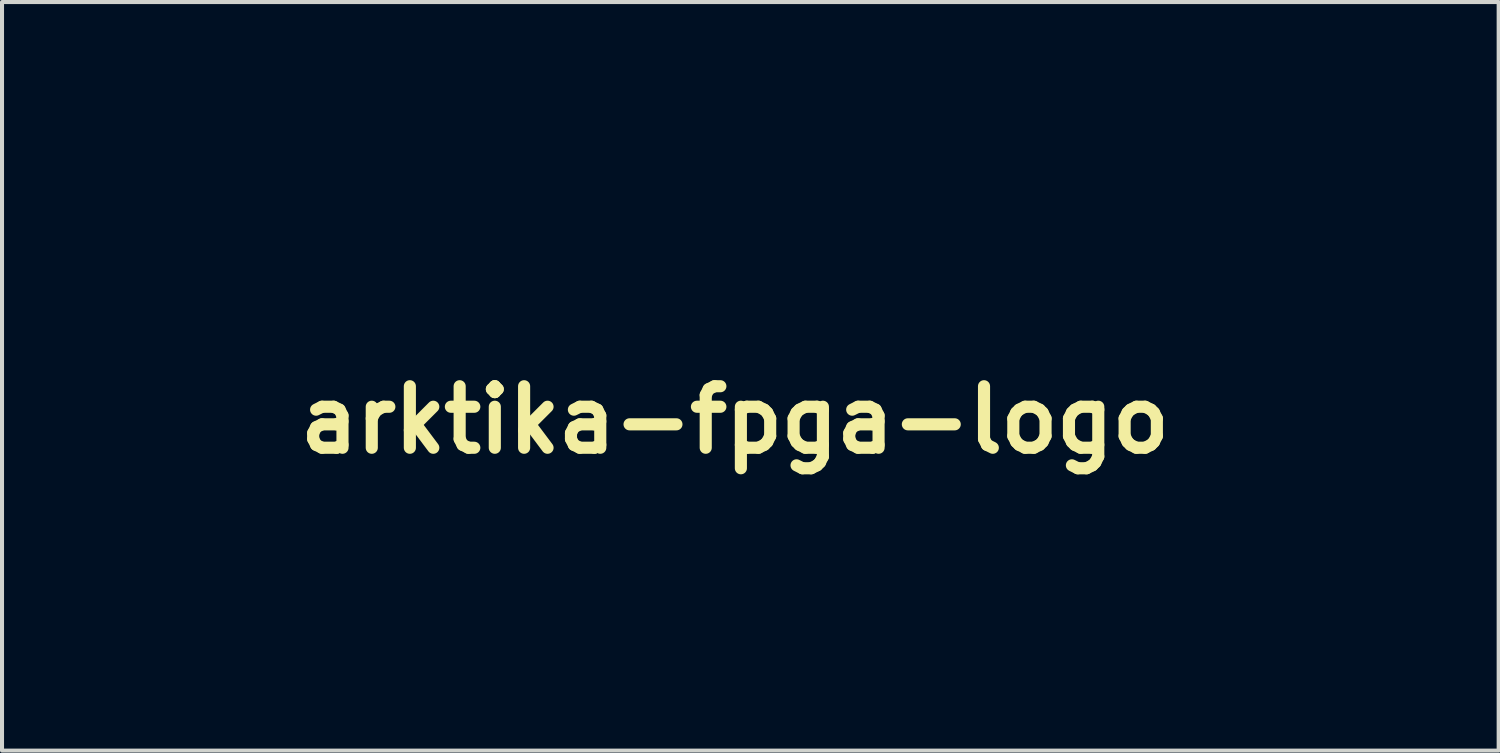
<source format=kicad_pcb>
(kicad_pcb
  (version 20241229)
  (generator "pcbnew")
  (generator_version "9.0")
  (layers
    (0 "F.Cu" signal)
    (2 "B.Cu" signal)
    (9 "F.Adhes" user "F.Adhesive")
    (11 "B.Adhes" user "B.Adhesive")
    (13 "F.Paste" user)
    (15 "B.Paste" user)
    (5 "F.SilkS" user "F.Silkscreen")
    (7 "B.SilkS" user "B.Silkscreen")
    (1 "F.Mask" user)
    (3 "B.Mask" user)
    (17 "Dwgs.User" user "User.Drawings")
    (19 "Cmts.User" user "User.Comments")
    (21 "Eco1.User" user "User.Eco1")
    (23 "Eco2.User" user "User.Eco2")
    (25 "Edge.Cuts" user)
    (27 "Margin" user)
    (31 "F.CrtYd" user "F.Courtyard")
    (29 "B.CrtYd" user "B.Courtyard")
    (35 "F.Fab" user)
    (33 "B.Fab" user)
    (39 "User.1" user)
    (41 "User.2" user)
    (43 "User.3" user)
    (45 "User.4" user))
  (footprint "arktika-fpga-logo"
    (layer "F.Cu")
    (at 15.159 7.353)
    (property "Reference" "arktika-fpga-logo" (at 0 0 0) (layer "F.SilkS") (effects (font (size 1.524 1.524) (thickness 0.3))))
    (attr through_hole)
    (fp_poly (pts (xy 4.922 -5.931) (xy 4.916 -5.896) (xy 4.902 -5.814) (xy 4.881 -5.69) (xy 4.854 -5.527) (xy 4.82 -5.329) (xy 4.782 -5.099) (xy 4.739 -4.843) (xy 4.693 -4.562) (xy 4.643 -4.262) (xy 4.59 -3.946) (xy 4.551 -3.712) (xy 4.497 -3.387) (xy 4.446 -3.076) (xy 4.397 -2.781) (xy 4.351 -2.509) (xy 4.31 -2.261) (xy 4.273 -2.041) (xy 4.242 -1.854) (xy 4.216 -1.704) (xy 4.197 -1.593) (xy 4.186 -1.526) (xy 4.182 -1.506) (xy 4.176 -1.487) (xy 4.165 -1.473) (xy 4.142 -1.463) (xy 4.1 -1.456) (xy 4.032 -1.452) (xy 3.933 -1.45) (xy 3.794 -1.449) (xy 3.648 -1.449) (xy 3.464 -1.45) (xy 3.325 -1.452) (xy 3.228 -1.457) (xy 3.166 -1.463) (xy 3.135 -1.472) (xy 3.129 -1.481) (xy 3.133 -1.51) (xy 3.145 -1.586) (xy 3.165 -1.705) (xy 3.191 -1.863) (xy 3.223 -2.056) (xy 3.26 -2.282) (xy 3.302 -2.536) (xy 3.349 -2.815) (xy 3.399 -3.115) (xy 3.452 -3.433) (xy 3.505 -3.75) (xy 3.879 -5.988) (xy 4.408 -5.995) (xy 4.937 -6.001) (xy 4.922 -5.931)) (stroke (width 0.01) (type solid)) (fill no) (layer "Eco2.User"))
    (fp_poly (pts (xy 1.499 -0.505) (xy 1.652 -0.504) (xy 1.773 -0.502) (xy 1.865 -0.5) (xy 1.933 -0.496) (xy 1.98 -0.492) (xy 2.01 -0.486) (xy 2.026 -0.479) (xy 2.033 -0.471) (xy 2.034 -0.464) (xy 2.03 -0.424) (xy 2.018 -0.344) (xy 2.001 -0.234) (xy 1.98 -0.105) (xy 1.97 -0.051) (xy 1.948 0.081) (xy 1.929 0.194) (xy 1.915 0.28) (xy 1.908 0.329) (xy 1.907 0.337) (xy 1.883 0.341) (xy 1.812 0.345) (xy 1.702 0.348) (xy 1.557 0.351) (xy 1.383 0.354) (xy 1.185 0.355) (xy 0.968 0.356) (xy 0.883 0.356) (xy -0.142 0.356) (xy -0.213 0.795) (xy -0.237 0.943) (xy -0.26 1.078) (xy -0.278 1.191) (xy -0.292 1.27) (xy -0.298 1.303) (xy -0.311 1.373) (xy 1.426 1.373) (xy 1.411 1.456) (xy 1.401 1.511) (xy 1.385 1.605) (xy 1.365 1.724) (xy 1.343 1.857) (xy 1.339 1.881) (xy 1.282 2.225) (xy 0.432 2.237) (xy -0.418 2.25) (xy -0.569 3.146) (xy -0.721 4.043) (xy -1.263 4.043) (xy -1.452 4.042) (xy -1.594 4.04) (xy -1.696 4.036) (xy -1.761 4.029) (xy -1.796 4.021) (xy -1.805 4.011) (xy -1.8 3.982) (xy -1.788 3.906) (xy -1.769 3.787) (xy -1.743 3.629) (xy -1.711 3.436) (xy -1.674 3.21) (xy -1.631 2.956) (xy -1.585 2.677) (xy -1.534 2.377) (xy -1.481 2.059) (xy -1.428 1.742) (xy -1.052 -0.496) (xy 0.491 -0.502) (xy 0.81 -0.504) (xy 1.082 -0.505) (xy 1.31 -0.505) (xy 1.499 -0.505)) (stroke (width 0.01) (type solid)) (fill no) (layer "Eco2.User"))
    (fp_poly (pts (xy 2.798 -5.997) (xy 2.964 -5.996) (xy 3.096 -5.995) (xy 3.199 -5.992) (xy 3.277 -5.989) (xy 3.333 -5.985) (xy 3.37 -5.98) (xy 3.392 -5.974) (xy 3.403 -5.967) (xy 3.407 -5.958) (xy 3.407 -5.956) (xy 3.403 -5.916) (xy 3.391 -5.836) (xy 3.374 -5.726) (xy 3.353 -5.597) (xy 3.343 -5.543) (xy 3.321 -5.411) (xy 3.302 -5.298) (xy 3.288 -5.212) (xy 3.281 -5.163) (xy 3.28 -5.155) (xy 3.256 -5.15) (xy 3.188 -5.144) (xy 3.083 -5.139) (xy 2.949 -5.135) (xy 2.793 -5.131) (xy 2.701 -5.13) (xy 2.123 -5.123) (xy 1.817 -3.293) (xy 1.51 -1.462) (xy 0.982 -1.455) (xy 0.453 -1.448) (xy 0.468 -1.519) (xy 0.474 -1.555) (xy 0.488 -1.635) (xy 0.508 -1.755) (xy 0.535 -1.909) (xy 0.565 -2.093) (xy 0.6 -2.302) (xy 0.639 -2.532) (xy 0.68 -2.776) (xy 0.722 -3.03) (xy 0.765 -3.29) (xy 0.809 -3.551) (xy 0.851 -3.807) (xy 0.892 -4.054) (xy 0.931 -4.287) (xy 0.966 -4.501) (xy 0.998 -4.692) (xy 1.024 -4.853) (xy 1.045 -4.981) (xy 1.06 -5.071) (xy 1.067 -5.117) (xy 1.068 -5.123) (xy 1.044 -5.126) (xy 0.976 -5.13) (xy 0.871 -5.133) (xy 0.738 -5.135) (xy 0.582 -5.136) (xy 0.495 -5.136) (xy -0.079 -5.136) (xy -0.063 -5.219) (xy -0.054 -5.274) (xy -0.038 -5.368) (xy -0.018 -5.487) (xy 0.004 -5.62) (xy 0.008 -5.644) (xy 0.065 -5.988) (xy 1.736 -5.994) (xy 2.069 -5.995) (xy 2.354 -5.996) (xy 2.596 -5.997) (xy 2.798 -5.997)) (stroke (width 0.01) (type solid)) (fill no) (layer "Eco2.User"))
    (fp_poly (pts (xy -10.236 -5.931) (xy -10.229 -5.895) (xy -10.215 -5.813) (xy -10.194 -5.691) (xy -10.167 -5.533) (xy -10.135 -5.344) (xy -10.098 -5.126) (xy -10.058 -4.886) (xy -10.014 -4.627) (xy -9.968 -4.353) (xy -9.92 -4.07) (xy -9.871 -3.781) (xy -9.822 -3.491) (xy -9.774 -3.204) (xy -9.727 -2.924) (xy -9.682 -2.656) (xy -9.64 -2.405) (xy -9.601 -2.174) (xy -9.567 -1.968) (xy -9.537 -1.791) (xy -9.513 -1.649) (xy -9.496 -1.544) (xy -9.486 -1.482) (xy -9.484 -1.465) (xy -9.508 -1.461) (xy -9.576 -1.457) (xy -9.679 -1.455) (xy -9.812 -1.454) (xy -9.965 -1.454) (xy -10.024 -1.455) (xy -10.564 -1.462) (xy -10.62 -1.843) (xy -10.641 -1.987) (xy -10.66 -2.121) (xy -10.677 -2.234) (xy -10.689 -2.314) (xy -10.691 -2.333) (xy -10.707 -2.442) (xy -11.474 -2.435) (xy -12.241 -2.428) (xy -12.455 -1.939) (xy -12.669 -1.449) (xy -13.161 -1.449) (xy -13.313 -1.45) (xy -13.446 -1.451) (xy -13.552 -1.452) (xy -13.624 -1.455) (xy -13.653 -1.457) (xy -13.653 -1.457) (xy -13.643 -1.481) (xy -13.612 -1.547) (xy -13.562 -1.653) (xy -13.494 -1.796) (xy -13.411 -1.972) (xy -13.313 -2.178) (xy -13.202 -2.412) (xy -13.079 -2.67) (xy -12.946 -2.948) (xy -12.816 -3.223) (xy -11.892 -3.223) (xy -11.871 -3.217) (xy -11.806 -3.212) (xy -11.705 -3.208) (xy -11.575 -3.205) (xy -11.423 -3.204) (xy -11.367 -3.204) (xy -11.189 -3.204) (xy -11.055 -3.205) (xy -10.959 -3.207) (xy -10.896 -3.212) (xy -10.857 -3.219) (xy -10.838 -3.229) (xy -10.832 -3.243) (xy -10.831 -3.25) (xy -10.835 -3.286) (xy -10.845 -3.363) (xy -10.86 -3.476) (xy -10.88 -3.616) (xy -10.903 -3.777) (xy -10.929 -3.953) (xy -10.956 -4.135) (xy -10.983 -4.318) (xy -11.009 -4.494) (xy -11.034 -4.655) (xy -11.055 -4.796) (xy -11.073 -4.909) (xy -11.086 -4.987) (xy -11.093 -5.024) (xy -11.094 -5.025) (xy -11.105 -5.005) (xy -11.134 -4.942) (xy -11.18 -4.843) (xy -11.238 -4.712) (xy -11.308 -4.554) (xy -11.387 -4.375) (xy -11.473 -4.179) (xy -11.491 -4.137) (xy -11.578 -3.937) (xy -11.659 -3.752) (xy -11.732 -3.586) (xy -11.794 -3.445) (xy -11.842 -3.334) (xy -11.875 -3.259) (xy -11.891 -3.224) (xy -11.892 -3.223) (xy -12.816 -3.223) (xy -12.805 -3.245) (xy -12.657 -3.557) (xy -12.576 -3.726) (xy -11.498 -5.988) (xy -10.251 -6.001) (xy -10.236 -5.931)) (stroke (width 0.01) (type solid)) (fill no) (layer "Eco2.User"))
    (fp_poly (pts (xy 12.367 -5.931) (xy 12.374 -5.895) (xy 12.388 -5.813) (xy 12.409 -5.691) (xy 12.436 -5.533) (xy 12.468 -5.344) (xy 12.505 -5.126) (xy 12.546 -4.886) (xy 12.589 -4.627) (xy 12.636 -4.353) (xy 12.683 -4.07) (xy 12.732 -3.781) (xy 12.781 -3.491) (xy 12.829 -3.204) (xy 12.876 -2.924) (xy 12.921 -2.656) (xy 12.964 -2.405) (xy 13.002 -2.174) (xy 13.037 -1.968) (xy 13.066 -1.791) (xy 13.09 -1.649) (xy 13.107 -1.544) (xy 13.117 -1.482) (xy 13.12 -1.465) (xy 13.095 -1.461) (xy 13.028 -1.457) (xy 12.924 -1.455) (xy 12.792 -1.454) (xy 12.638 -1.454) (xy 12.579 -1.455) (xy 12.039 -1.462) (xy 11.983 -1.843) (xy 11.962 -1.987) (xy 11.943 -2.121) (xy 11.926 -2.234) (xy 11.915 -2.314) (xy 11.912 -2.333) (xy 11.896 -2.442) (xy 10.362 -2.428) (xy 10.148 -1.939) (xy 9.934 -1.449) (xy 9.442 -1.449) (xy 9.29 -1.45) (xy 9.157 -1.451) (xy 9.051 -1.452) (xy 8.979 -1.455) (xy 8.95 -1.457) (xy 8.95 -1.457) (xy 8.96 -1.481) (xy 8.992 -1.547) (xy 9.042 -1.653) (xy 9.109 -1.796) (xy 9.193 -1.972) (xy 9.291 -2.178) (xy 9.402 -2.412) (xy 9.524 -2.67) (xy 9.657 -2.948) (xy 9.787 -3.223) (xy 10.711 -3.223) (xy 10.732 -3.217) (xy 10.797 -3.212) (xy 10.898 -3.208) (xy 11.028 -3.205) (xy 11.181 -3.204) (xy 11.237 -3.204) (xy 11.415 -3.204) (xy 11.548 -3.205) (xy 11.644 -3.207) (xy 11.708 -3.212) (xy 11.746 -3.219) (xy 11.765 -3.229) (xy 11.772 -3.243) (xy 11.772 -3.25) (xy 11.768 -3.286) (xy 11.758 -3.363) (xy 11.743 -3.476) (xy 11.723 -3.616) (xy 11.7 -3.777) (xy 11.674 -3.953) (xy 11.648 -4.135) (xy 11.62 -4.318) (xy 11.594 -4.494) (xy 11.57 -4.655) (xy 11.548 -4.796) (xy 11.53 -4.909) (xy 11.517 -4.987) (xy 11.51 -5.024) (xy 11.51 -5.025) (xy 11.498 -5.005) (xy 11.469 -4.942) (xy 11.424 -4.843) (xy 11.365 -4.712) (xy 11.295 -4.554) (xy 11.216 -4.375) (xy 11.13 -4.179) (xy 11.112 -4.137) (xy 11.025 -3.937) (xy 10.944 -3.752) (xy 10.871 -3.586) (xy 10.81 -3.445) (xy 10.761 -3.334) (xy 10.728 -3.259) (xy 10.712 -3.224) (xy 10.711 -3.223) (xy 9.787 -3.223) (xy 9.798 -3.245) (xy 9.947 -3.557) (xy 10.027 -3.726) (xy 11.105 -5.988) (xy 11.729 -5.994) (xy 12.353 -6.001) (xy 12.367 -5.931)) (stroke (width 0.01) (type solid)) (fill no) (layer "Eco2.User"))
    (fp_poly (pts (xy 13.41 -0.439) (xy 13.416 -0.403) (xy 13.43 -0.321) (xy 13.451 -0.2) (xy 13.478 -0.042) (xy 13.51 0.148) (xy 13.547 0.366) (xy 13.588 0.606) (xy 13.632 0.865) (xy 13.678 1.138) (xy 13.726 1.422) (xy 13.775 1.711) (xy 13.824 2.001) (xy 13.872 2.288) (xy 13.919 2.568) (xy 13.964 2.836) (xy 14.006 3.087) (xy 14.045 3.318) (xy 14.079 3.524) (xy 14.109 3.7) (xy 14.132 3.843) (xy 14.15 3.948) (xy 14.16 4.01) (xy 14.162 4.026) (xy 14.138 4.031) (xy 14.07 4.035) (xy 13.966 4.037) (xy 13.834 4.038) (xy 13.68 4.037) (xy 13.622 4.037) (xy 13.081 4.03) (xy 13.026 3.649) (xy 13.005 3.505) (xy 12.985 3.371) (xy 12.969 3.258) (xy 12.957 3.178) (xy 12.954 3.159) (xy 12.938 3.05) (xy 12.171 3.057) (xy 11.404 3.064) (xy 11.19 3.553) (xy 10.976 4.043) (xy 10.484 4.043) (xy 10.332 4.042) (xy 10.199 4.041) (xy 10.093 4.04) (xy 10.022 4.037) (xy 9.993 4.035) (xy 9.992 4.035) (xy 10.003 4.011) (xy 10.034 3.945) (xy 10.084 3.839) (xy 10.152 3.696) (xy 10.235 3.52) (xy 10.333 3.314) (xy 10.444 3.08) (xy 10.567 2.822) (xy 10.699 2.543) (xy 10.83 2.269) (xy 11.754 2.269) (xy 11.775 2.275) (xy 11.84 2.28) (xy 11.941 2.284) (xy 12.071 2.287) (xy 12.223 2.288) (xy 12.279 2.288) (xy 12.457 2.288) (xy 12.591 2.287) (xy 12.686 2.284) (xy 12.75 2.28) (xy 12.788 2.273) (xy 12.808 2.263) (xy 12.814 2.249) (xy 12.814 2.242) (xy 12.811 2.206) (xy 12.801 2.129) (xy 12.785 2.016) (xy 12.766 1.876) (xy 12.742 1.714) (xy 12.717 1.539) (xy 12.69 1.356) (xy 12.663 1.174) (xy 12.637 0.998) (xy 12.612 0.837) (xy 12.59 0.696) (xy 12.573 0.583) (xy 12.56 0.504) (xy 12.553 0.468) (xy 12.552 0.466) (xy 12.541 0.487) (xy 12.511 0.55) (xy 12.466 0.649) (xy 12.407 0.78) (xy 12.337 0.937) (xy 12.258 1.117) (xy 12.173 1.313) (xy 12.154 1.355) (xy 12.067 1.555) (xy 11.986 1.74) (xy 11.914 1.906) (xy 11.852 2.047) (xy 11.804 2.157) (xy 11.77 2.233) (xy 11.755 2.268) (xy 11.754 2.269) (xy 10.83 2.269) (xy 10.841 2.247) (xy 10.989 1.935) (xy 11.07 1.765) (xy 12.148 -0.496) (xy 12.771 -0.503) (xy 13.395 -0.509) (xy 13.41 -0.439)) (stroke (width 0.01) (type solid)) (fill no) (layer "Eco2.User"))
    (fp_poly (pts (xy -0.653 -5.574) (xy -0.876 -5.322) (xy -1.067 -5.105) (xy -1.229 -4.922) (xy -1.363 -4.769) (xy -1.472 -4.644) (xy -1.558 -4.545) (xy -1.622 -4.469) (xy -1.668 -4.414) (xy -1.697 -4.378) (xy -1.711 -4.357) (xy -1.713 -4.351) (xy -1.705 -4.324) (xy -1.684 -4.253) (xy -1.651 -4.143) (xy -1.609 -4.001) (xy -1.558 -3.831) (xy -1.5 -3.639) (xy -1.436 -3.429) (xy -1.37 -3.208) (xy -1.301 -2.98) (xy -1.231 -2.75) (xy -1.163 -2.524) (xy -1.097 -2.308) (xy -1.036 -2.105) (xy -0.981 -1.922) (xy -0.933 -1.764) (xy -0.894 -1.636) (xy -0.865 -1.543) (xy -0.849 -1.491) (xy -0.846 -1.481) (xy -0.852 -1.47) (xy -0.885 -1.462) (xy -0.948 -1.456) (xy -1.046 -1.452) (xy -1.186 -1.45) (xy -1.371 -1.449) (xy -1.378 -1.449) (xy -1.923 -1.449) (xy -2.198 -2.46) (xy -2.257 -2.679) (xy -2.313 -2.884) (xy -2.364 -3.069) (xy -2.408 -3.229) (xy -2.444 -3.358) (xy -2.471 -3.452) (xy -2.486 -3.504) (xy -2.489 -3.512) (xy -2.503 -3.514) (xy -2.537 -3.491) (xy -2.592 -3.439) (xy -2.672 -3.356) (xy -2.778 -3.239) (xy -2.914 -3.086) (xy -2.949 -3.046) (xy -3.394 -2.539) (xy -3.484 -2) (xy -3.574 -1.462) (xy -4.075 -1.455) (xy -4.254 -1.453) (xy -4.387 -1.454) (xy -4.481 -1.457) (xy -4.539 -1.462) (xy -4.569 -1.471) (xy -4.575 -1.48) (xy -4.571 -1.51) (xy -4.559 -1.586) (xy -4.539 -1.704) (xy -4.513 -1.863) (xy -4.481 -2.056) (xy -4.444 -2.282) (xy -4.402 -2.536) (xy -4.355 -2.815) (xy -4.305 -3.115) (xy -4.252 -3.433) (xy -4.199 -3.75) (xy -3.825 -5.988) (xy -3.323 -5.995) (xy -3.152 -5.997) (xy -3.024 -5.997) (xy -2.935 -5.996) (xy -2.876 -5.991) (xy -2.843 -5.984) (xy -2.827 -5.973) (xy -2.823 -5.959) (xy -2.823 -5.956) (xy -2.828 -5.922) (xy -2.84 -5.843) (xy -2.859 -5.726) (xy -2.884 -5.575) (xy -2.913 -5.396) (xy -2.947 -5.195) (xy -2.984 -4.978) (xy -2.997 -4.901) (xy -3.034 -4.681) (xy -3.068 -4.478) (xy -3.099 -4.297) (xy -3.124 -4.142) (xy -3.144 -4.02) (xy -3.157 -3.935) (xy -3.163 -3.894) (xy -3.163 -3.89) (xy -3.146 -3.909) (xy -3.104 -3.959) (xy -3.045 -4.031) (xy -3 -4.087) (xy -2.95 -4.148) (xy -2.871 -4.243) (xy -2.767 -4.366) (xy -2.643 -4.512) (xy -2.503 -4.675) (xy -2.352 -4.852) (xy -2.193 -5.036) (xy -2.102 -5.142) (xy -1.36 -6) (xy -0.818 -6) (xy -0.277 -6) (xy -0.653 -5.574)) (stroke (width 0.01) (type solid)) (fill no) (layer "Eco2.User"))
    (fp_poly (pts (xy 9.008 -5.574) (xy 8.786 -5.322) (xy 8.594 -5.105) (xy 8.433 -4.922) (xy 8.299 -4.769) (xy 8.19 -4.644) (xy 8.104 -4.545) (xy 8.04 -4.469) (xy 7.994 -4.414) (xy 7.965 -4.378) (xy 7.951 -4.357) (xy 7.949 -4.351) (xy 7.957 -4.324) (xy 7.978 -4.253) (xy 8.01 -4.143) (xy 8.053 -4.001) (xy 8.104 -3.831) (xy 8.162 -3.639) (xy 8.225 -3.429) (xy 8.292 -3.208) (xy 8.361 -2.98) (xy 8.43 -2.75) (xy 8.499 -2.524) (xy 8.564 -2.308) (xy 8.626 -2.105) (xy 8.681 -1.922) (xy 8.729 -1.764) (xy 8.768 -1.636) (xy 8.797 -1.543) (xy 8.813 -1.491) (xy 8.816 -1.481) (xy 8.809 -1.47) (xy 8.777 -1.462) (xy 8.714 -1.456) (xy 8.615 -1.452) (xy 8.476 -1.45) (xy 8.291 -1.449) (xy 8.284 -1.449) (xy 7.739 -1.449) (xy 7.464 -2.46) (xy 7.404 -2.679) (xy 7.348 -2.884) (xy 7.297 -3.069) (xy 7.253 -3.229) (xy 7.217 -3.358) (xy 7.191 -3.452) (xy 7.176 -3.504) (xy 7.173 -3.512) (xy 7.159 -3.514) (xy 7.125 -3.491) (xy 7.069 -3.439) (xy 6.99 -3.356) (xy 6.883 -3.239) (xy 6.748 -3.086) (xy 6.712 -3.046) (xy 6.267 -2.539) (xy 6.178 -2) (xy 6.088 -1.462) (xy 5.587 -1.455) (xy 5.408 -1.453) (xy 5.274 -1.454) (xy 5.181 -1.457) (xy 5.122 -1.462) (xy 5.093 -1.471) (xy 5.087 -1.48) (xy 5.091 -1.51) (xy 5.103 -1.586) (xy 5.123 -1.704) (xy 5.149 -1.863) (xy 5.18 -2.056) (xy 5.218 -2.282) (xy 5.26 -2.536) (xy 5.307 -2.815) (xy 5.357 -3.115) (xy 5.41 -3.433) (xy 5.463 -3.75) (xy 5.837 -5.988) (xy 6.338 -5.995) (xy 6.51 -5.997) (xy 6.637 -5.997) (xy 6.727 -5.996) (xy 6.785 -5.991) (xy 6.819 -5.984) (xy 6.834 -5.973) (xy 6.838 -5.959) (xy 6.838 -5.956) (xy 6.834 -5.922) (xy 6.822 -5.843) (xy 6.803 -5.726) (xy 6.778 -5.575) (xy 6.748 -5.396) (xy 6.715 -5.195) (xy 6.678 -4.978) (xy 6.665 -4.901) (xy 6.627 -4.681) (xy 6.593 -4.478) (xy 6.563 -4.297) (xy 6.537 -4.142) (xy 6.518 -4.02) (xy 6.504 -3.935) (xy 6.498 -3.894) (xy 6.498 -3.89) (xy 6.516 -3.909) (xy 6.557 -3.959) (xy 6.617 -4.031) (xy 6.661 -4.087) (xy 6.712 -4.148) (xy 6.791 -4.243) (xy 6.895 -4.366) (xy 7.019 -4.512) (xy 7.159 -4.675) (xy 7.31 -4.852) (xy 7.469 -5.036) (xy 7.56 -5.142) (xy 8.301 -6) (xy 8.843 -6) (xy 9.385 -6) (xy 9.008 -5.574)) (stroke (width 0.01) (type solid)) (fill no) (layer "Eco2.User"))
    (fp_poly (pts (xy 3.681 -0.502) (xy 3.972 -0.498) (xy 4.218 -0.494) (xy 4.423 -0.49) (xy 4.592 -0.483) (xy 4.732 -0.475) (xy 4.846 -0.464) (xy 4.94 -0.449) (xy 5.019 -0.432) (xy 5.089 -0.41) (xy 5.154 -0.383) (xy 5.22 -0.352) (xy 5.228 -0.347) (xy 5.42 -0.222) (xy 5.586 -0.056) (xy 5.721 0.144) (xy 5.803 0.324) (xy 5.827 0.398) (xy 5.842 0.474) (xy 5.852 0.565) (xy 5.856 0.685) (xy 5.857 0.801) (xy 5.856 0.947) (xy 5.851 1.057) (xy 5.841 1.145) (xy 5.823 1.228) (xy 5.795 1.319) (xy 5.789 1.337) (xy 5.683 1.589) (xy 5.541 1.805) (xy 5.362 1.986) (xy 5.145 2.136) (xy 5.05 2.186) (xy 4.959 2.228) (xy 4.869 2.261) (xy 4.774 2.287) (xy 4.666 2.307) (xy 4.539 2.321) (xy 4.386 2.331) (xy 4.2 2.336) (xy 3.974 2.339) (xy 3.805 2.339) (xy 3.164 2.339) (xy 3.029 3.146) (xy 2.996 3.344) (xy 2.965 3.528) (xy 2.937 3.69) (xy 2.914 3.824) (xy 2.896 3.924) (xy 2.885 3.985) (xy 2.882 3.998) (xy 2.874 4.013) (xy 2.855 4.024) (xy 2.819 4.032) (xy 2.758 4.038) (xy 2.667 4.041) (xy 2.539 4.042) (xy 2.367 4.043) (xy 2.35 4.043) (xy 2.194 4.042) (xy 2.056 4.04) (xy 1.945 4.036) (xy 1.868 4.032) (xy 1.832 4.027) (xy 1.831 4.026) (xy 1.835 3.999) (xy 1.847 3.925) (xy 1.865 3.81) (xy 1.89 3.659) (xy 1.921 3.474) (xy 1.956 3.261) (xy 1.996 3.025) (xy 2.039 2.768) (xy 2.084 2.497) (xy 2.131 2.215) (xy 2.18 1.926) (xy 2.229 1.635) (xy 2.238 1.581) (xy 3.305 1.581) (xy 3.833 1.571) (xy 4.02 1.568) (xy 4.163 1.563) (xy 4.27 1.556) (xy 4.35 1.547) (xy 4.408 1.536) (xy 4.454 1.521) (xy 4.462 1.517) (xy 4.605 1.43) (xy 4.717 1.314) (xy 4.797 1.177) (xy 4.842 1.027) (xy 4.852 0.874) (xy 4.824 0.725) (xy 4.757 0.588) (xy 4.678 0.498) (xy 4.614 0.447) (xy 4.546 0.408) (xy 4.467 0.38) (xy 4.367 0.361) (xy 4.24 0.35) (xy 4.075 0.345) (xy 3.929 0.344) (xy 3.498 0.343) (xy 3.403 0.903) (xy 3.375 1.068) (xy 3.351 1.22) (xy 3.33 1.35) (xy 3.316 1.449) (xy 3.308 1.509) (xy 3.307 1.521) (xy 3.305 1.581) (xy 2.238 1.581) (xy 2.277 1.346) (xy 2.324 1.064) (xy 2.37 0.793) (xy 2.413 0.538) (xy 2.453 0.302) (xy 2.489 0.09) (xy 2.52 -0.093) (xy 2.545 -0.244) (xy 2.565 -0.357) (xy 2.577 -0.428) (xy 2.582 -0.453) (xy 2.595 -0.513) (xy 3.681 -0.502)) (stroke (width 0.01) (type solid)) (fill no) (layer "Eco2.User"))
    (fp_poly (pts (xy -7.194 -5.987) (xy -6.919 -5.986) (xy -6.689 -5.985) (xy -6.5 -5.983) (xy -6.346 -5.981) (xy -6.222 -5.977) (xy -6.123 -5.972) (xy -6.044 -5.966) (xy -5.979 -5.957) (xy -5.924 -5.948) (xy -5.901 -5.943) (xy -5.646 -5.864) (xy -5.429 -5.752) (xy -5.249 -5.605) (xy -5.104 -5.424) (xy -5.041 -5.313) (xy -4.939 -5.06) (xy -4.888 -4.81) (xy -4.888 -4.561) (xy -4.938 -4.313) (xy -5.021 -4.099) (xy -5.148 -3.888) (xy -5.313 -3.709) (xy -5.509 -3.567) (xy -5.733 -3.466) (xy -5.759 -3.458) (xy -5.827 -3.434) (xy -5.872 -3.415) (xy -5.879 -3.41) (xy -5.875 -3.384) (xy -5.859 -3.315) (xy -5.832 -3.21) (xy -5.797 -3.076) (xy -5.754 -2.917) (xy -5.706 -2.741) (xy -5.655 -2.553) (xy -5.601 -2.361) (xy -5.547 -2.17) (xy -5.495 -1.987) (xy -5.447 -1.817) (xy -5.403 -1.668) (xy -5.366 -1.545) (xy -5.35 -1.494) (xy -5.348 -1.479) (xy -5.358 -1.468) (xy -5.386 -1.46) (xy -5.438 -1.455) (xy -5.519 -1.451) (xy -5.637 -1.45) (xy -5.797 -1.449) (xy -5.871 -1.449) (xy -6.049 -1.449) (xy -6.182 -1.45) (xy -6.278 -1.452) (xy -6.343 -1.457) (xy -6.383 -1.464) (xy -6.405 -1.474) (xy -6.415 -1.489) (xy -6.421 -1.506) (xy -6.43 -1.544) (xy -6.452 -1.625) (xy -6.483 -1.742) (xy -6.522 -1.89) (xy -6.568 -2.063) (xy -6.619 -2.254) (xy -6.658 -2.403) (xy -6.881 -3.242) (xy -7.303 -3.249) (xy -7.725 -3.256) (xy -7.739 -3.185) (xy -7.747 -3.143) (xy -7.762 -3.057) (xy -7.783 -2.935) (xy -7.808 -2.783) (xy -7.838 -2.609) (xy -7.87 -2.418) (xy -7.883 -2.339) (xy -7.916 -2.144) (xy -7.946 -1.964) (xy -7.973 -1.804) (xy -7.996 -1.672) (xy -8.013 -1.574) (xy -8.024 -1.517) (xy -8.026 -1.506) (xy -8.032 -1.487) (xy -8.044 -1.473) (xy -8.067 -1.462) (xy -8.111 -1.456) (xy -8.179 -1.452) (xy -8.281 -1.45) (xy -8.422 -1.449) (xy -8.546 -1.449) (xy -8.727 -1.45) (xy -8.862 -1.452) (xy -8.957 -1.457) (xy -9.017 -1.464) (xy -9.045 -1.473) (xy -9.05 -1.481) (xy -9.046 -1.51) (xy -9.033 -1.586) (xy -9.014 -1.705) (xy -8.988 -1.863) (xy -8.956 -2.056) (xy -8.919 -2.282) (xy -8.876 -2.536) (xy -8.83 -2.815) (xy -8.78 -3.115) (xy -8.727 -3.433) (xy -8.674 -3.75) (xy -8.63 -4.012) (xy -7.62 -4.012) (xy -7.045 -4.023) (xy -6.845 -4.028) (xy -6.688 -4.034) (xy -6.568 -4.041) (xy -6.478 -4.05) (xy -6.412 -4.061) (xy -6.361 -4.076) (xy -6.358 -4.077) (xy -6.207 -4.153) (xy -6.094 -4.256) (xy -6.016 -4.377) (xy -5.961 -4.535) (xy -5.947 -4.697) (xy -5.972 -4.852) (xy -6.035 -4.99) (xy -6.084 -5.052) (xy -6.139 -5.104) (xy -6.199 -5.144) (xy -6.271 -5.174) (xy -6.363 -5.196) (xy -6.482 -5.212) (xy -6.636 -5.223) (xy -6.83 -5.23) (xy -6.905 -5.231) (xy -7.415 -5.243) (xy -7.518 -4.627) (xy -7.62 -4.012) (xy -8.63 -4.012) (xy -8.299 -5.988) (xy -7.194 -5.987)) (stroke (width 0.01) (type solid)) (fill no) (layer "Eco2.User"))
    (fp_poly (pts (xy 8.471 -0.572) (xy 8.656 -0.558) (xy 8.811 -0.533) (xy 8.848 -0.524) (xy 9.125 -0.423) (xy 9.369 -0.284) (xy 9.579 -0.107) (xy 9.755 0.108) (xy 9.895 0.357) (xy 9.999 0.642) (xy 10.014 0.698) (xy 10.038 0.792) (xy 10.054 0.864) (xy 10.061 0.902) (xy 10.061 0.905) (xy 10.035 0.91) (xy 9.968 0.922) (xy 9.867 0.939) (xy 9.741 0.96) (xy 9.636 0.977) (xy 9.491 1.001) (xy 9.359 1.023) (xy 9.251 1.041) (xy 9.176 1.053) (xy 9.15 1.058) (xy 9.11 1.061) (xy 9.086 1.046) (xy 9.067 1) (xy 9.05 0.936) (xy 8.994 0.75) (xy 8.921 0.6) (xy 8.832 0.483) (xy 8.728 0.382) (xy 8.622 0.317) (xy 8.5 0.28) (xy 8.347 0.268) (xy 8.314 0.267) (xy 8.111 0.285) (xy 7.936 0.34) (xy 7.779 0.438) (xy 7.67 0.54) (xy 7.551 0.695) (xy 7.443 0.89) (xy 7.349 1.114) (xy 7.271 1.359) (xy 7.21 1.615) (xy 7.169 1.873) (xy 7.148 2.124) (xy 7.152 2.359) (xy 7.18 2.568) (xy 7.221 2.707) (xy 7.296 2.853) (xy 7.399 2.984) (xy 7.518 3.088) (xy 7.624 3.145) (xy 7.714 3.171) (xy 7.828 3.186) (xy 7.978 3.191) (xy 7.996 3.191) (xy 8.119 3.189) (xy 8.206 3.183) (xy 8.272 3.17) (xy 8.334 3.146) (xy 8.379 3.123) (xy 8.539 3.01) (xy 8.675 2.856) (xy 8.775 2.679) (xy 8.813 2.597) (xy 8.837 2.536) (xy 8.842 2.493) (xy 8.824 2.466) (xy 8.776 2.45) (xy 8.693 2.443) (xy 8.571 2.441) (xy 8.404 2.441) (xy 8.387 2.441) (xy 7.926 2.441) (xy 7.94 2.371) (xy 7.949 2.321) (xy 7.964 2.232) (xy 7.983 2.115) (xy 8.005 1.984) (xy 8.01 1.951) (xy 8.068 1.602) (xy 9.03 1.602) (xy 9.245 1.602) (xy 9.444 1.604) (xy 9.62 1.606) (xy 9.769 1.609) (xy 9.884 1.612) (xy 9.96 1.616) (xy 9.991 1.62) (xy 9.992 1.621) (xy 9.987 1.649) (xy 9.975 1.722) (xy 9.956 1.836) (xy 9.93 1.985) (xy 9.899 2.164) (xy 9.864 2.368) (xy 9.824 2.593) (xy 9.782 2.834) (xy 9.78 2.848) (xy 9.569 4.055) (xy 9.353 4.063) (xy 9.137 4.07) (xy 9.092 3.821) (xy 9.071 3.709) (xy 9.053 3.611) (xy 9.039 3.542) (xy 9.035 3.52) (xy 9.025 3.5) (xy 9.005 3.501) (xy 8.967 3.527) (xy 8.906 3.583) (xy 8.85 3.638) (xy 8.643 3.806) (xy 8.409 3.934) (xy 8.153 4.02) (xy 7.882 4.064) (xy 7.6 4.062) (xy 7.373 4.029) (xy 7.115 3.948) (xy 6.875 3.822) (xy 6.658 3.657) (xy 6.468 3.456) (xy 6.31 3.225) (xy 6.19 2.967) (xy 6.157 2.869) (xy 6.094 2.59) (xy 6.063 2.285) (xy 6.065 1.962) (xy 6.096 1.634) (xy 6.158 1.31) (xy 6.248 1.002) (xy 6.365 0.719) (xy 6.374 0.702) (xy 6.555 0.39) (xy 6.764 0.118) (xy 6.998 -0.112) (xy 7.257 -0.299) (xy 7.539 -0.442) (xy 7.747 -0.514) (xy 7.894 -0.545) (xy 8.075 -0.565) (xy 8.272 -0.574) (xy 8.471 -0.572)) (stroke (width 0.01) (type solid)) (fill no) (layer "Eco2.User"))
    (fp_poly (pts (xy -4.208 -7.348) (xy -3.363 -7.348) (xy -2.473 -7.348) (xy -1.535 -7.348) (xy -0.549 -7.348) (xy 0.397 -7.348) (xy 1.42 -7.348) (xy 2.395 -7.348) (xy 3.32 -7.348) (xy 4.199 -7.348) (xy 5.032 -7.348) (xy 5.82 -7.348) (xy 6.565 -7.348) (xy 7.267 -7.348) (xy 7.929 -7.347) (xy 8.551 -7.347) (xy 9.135 -7.347) (xy 9.682 -7.347) (xy 10.192 -7.346) (xy 10.668 -7.346) (xy 11.111 -7.345) (xy 11.522 -7.345) (xy 11.901 -7.344) (xy 12.251 -7.343) (xy 12.573 -7.343) (xy 12.867 -7.342) (xy 13.136 -7.341) (xy 13.38 -7.34) (xy 13.6 -7.339) (xy 13.798 -7.338) (xy 13.975 -7.336) (xy 14.133 -7.335) (xy 14.272 -7.333) (xy 14.394 -7.332) (xy 14.5 -7.33) (xy 14.591 -7.328) (xy 14.669 -7.326) (xy 14.735 -7.324) (xy 14.789 -7.321) (xy 14.834 -7.319) (xy 14.871 -7.316) (xy 14.9 -7.313) (xy 14.923 -7.311) (xy 14.942 -7.307) (xy 14.957 -7.304) (xy 14.97 -7.301) (xy 14.979 -7.298) (xy 15.121 -7.244) (xy 15.27 -7.168) (xy 15.409 -7.083) (xy 15.517 -6.998) (xy 15.519 -6.997) (xy 15.599 -6.907) (xy 15.686 -6.788) (xy 15.769 -6.656) (xy 15.835 -6.529) (xy 15.846 -6.505) (xy 15.904 -6.369) (xy 15.91 -1.144) (xy 15.911 -0.538) (xy 15.912 0.02) (xy 15.912 0.531) (xy 15.913 0.998) (xy 15.913 1.422) (xy 15.913 1.806) (xy 15.913 2.152) (xy 15.913 2.461) (xy 15.913 2.737) (xy 15.912 2.981) (xy 15.911 3.195) (xy 15.91 3.382) (xy 15.909 3.543) (xy 15.907 3.681) (xy 15.905 3.797) (xy 15.902 3.895) (xy 15.9 3.975) (xy 15.897 4.04) (xy 15.893 4.093) (xy 15.889 4.135) (xy 15.885 4.168) (xy 15.88 4.195) (xy 15.875 4.218) (xy 15.869 4.238) (xy 15.867 4.247) (xy 15.774 4.468) (xy 15.64 4.67) (xy 15.471 4.846) (xy 15.275 4.991) (xy 15.058 5.097) (xy 14.827 5.16) (xy 14.823 5.16) (xy 14.782 5.163) (xy 14.692 5.165) (xy 14.553 5.168) (xy 14.366 5.17) (xy 14.13 5.172) (xy 13.846 5.174) (xy 13.512 5.176) (xy 13.129 5.178) (xy 12.697 5.179) (xy 12.215 5.181) (xy 11.683 5.182) (xy 11.102 5.183) (xy 10.471 5.184) (xy 9.79 5.185) (xy 9.059 5.185) (xy 8.278 5.186) (xy 7.446 5.186) (xy 6.564 5.186) (xy 5.631 5.187) (xy 5.448 5.187) (xy -3.762 5.187) (xy -3.769 2.752) (xy -3.776 0.318) (xy -3.856 0.148) (xy -3.979 -0.058) (xy -4.133 -0.224) (xy -4.321 -0.352) (xy -4.476 -0.421) (xy -4.493 -0.426) (xy -4.516 -0.431) (xy -4.547 -0.436) (xy -4.586 -0.44) (xy -4.637 -0.444) (xy -4.701 -0.448) (xy -4.779 -0.451) (xy -4.874 -0.454) (xy -4.988 -0.457) (xy -5.121 -0.459) (xy -5.276 -0.462) (xy -5.456 -0.464) (xy -5.66 -0.466) (xy -5.892 -0.467) (xy -6.154 -0.469) (xy -6.446 -0.47) (xy -6.771 -0.472) (xy -7.131 -0.473) (xy -7.527 -0.474) (xy -7.962 -0.475) (xy -8.437 -0.476) (xy -8.953 -0.476) (xy -9.514 -0.477) (xy -10.12 -0.478) (xy -10.773 -0.479) (xy -11.422 -0.479) (xy -15.154 -0.483) (xy -15.154 -0.826) (xy -14.798 -0.826) (xy -9.707 -0.826) (xy -9.107 -0.826) (xy -8.555 -0.826) (xy -8.05 -0.826) (xy -7.59 -0.826) (xy -7.172 -0.826) (xy -6.794 -0.825) (xy -6.454 -0.825) (xy -6.151 -0.824) (xy -5.88 -0.823) (xy -5.642 -0.822) (xy -5.433 -0.82) (xy -5.252 -0.819) (xy -5.095 -0.817) (xy -4.962 -0.815) (xy -4.85 -0.813) (xy -4.757 -0.81) (xy -4.68 -0.807) (xy -4.618 -0.804) (xy -4.568 -0.8) (xy -4.529 -0.796) (xy -4.498 -0.791) (xy -4.473 -0.787) (xy -4.452 -0.781) (xy -4.2 -0.686) (xy -3.974 -0.549) (xy -3.78 -0.374) (xy -3.62 -0.164) (xy -3.498 0.077) (xy -3.479 0.127) (xy -3.42 0.292) (xy -3.405 4.831) (xy 14.837 4.818) (xy 15.006 4.735) (xy 15.167 4.633) (xy 15.315 4.499) (xy 15.437 4.346) (xy 15.514 4.202) (xy 15.573 4.055) (xy 15.581 -0.992) (xy 15.582 -1.64) (xy 15.582 -2.238) (xy 15.583 -2.789) (xy 15.583 -3.293) (xy 15.582 -3.751) (xy 15.582 -4.165) (xy 15.581 -4.537) (xy 15.58 -4.867) (xy 15.579 -5.157) (xy 15.577 -5.408) (xy 15.575 -5.622) (xy 15.573 -5.8) (xy 15.571 -5.944) (xy 15.568 -6.054) (xy 15.564 -6.132) (xy 15.561 -6.18) (xy 15.559 -6.191) (xy 15.494 -6.405) (xy 15.388 -6.594) (xy 15.244 -6.753) (xy 15.068 -6.877) (xy 14.863 -6.962) (xy 14.729 -6.993) (xy 14.693 -6.995) (xy 14.607 -6.997) (xy 14.474 -6.998) (xy 14.296 -7) (xy 14.074 -7.001) (xy 13.809 -7.003) (xy 13.505 -7.004) (xy 13.162 -7.006) (xy 12.783 -7.007) (xy 12.368 -7.008) (xy 11.921 -7.009) (xy 11.442 -7.01) (xy 10.933 -7.011) (xy 10.397 -7.012) (xy 9.834 -7.013) (xy 9.247 -7.014) (xy 8.638 -7.015) (xy 8.008 -7.015) (xy 7.359 -7.016) (xy 6.692 -7.017) (xy 6.01 -7.017) (xy 5.315 -7.017) (xy 4.607 -7.018) (xy 3.889 -7.018) (xy 3.163 -7.018) (xy 2.43 -7.018) (xy 1.692 -7.018) (xy 0.951 -7.018) (xy 0.209 -7.018) (xy -0.533 -7.018) (xy -1.273 -7.018) (xy -2.008 -7.018) (xy -2.738 -7.017) (xy -3.461 -7.017) (xy -4.174 -7.017) (xy -4.877 -7.016) (xy -5.566 -7.016) (xy -6.242 -7.015) (xy -6.9 -7.014) (xy -7.541 -7.013) (xy -8.162 -7.013) (xy -8.761 -7.012) (xy -9.337 -7.011) (xy -9.888 -7.01) (xy -10.412 -7.009) (xy -10.907 -7.007) (xy -11.372 -7.006) (xy -11.805 -7.005) (xy -12.204 -7.004) (xy -12.566 -7.002) (xy -12.892 -7.001) (xy -13.178 -6.999) (xy -13.424 -6.998) (xy -13.626 -6.996) (xy -13.784 -6.994) (xy -13.895 -6.992) (xy -13.959 -6.991) (xy -13.973 -6.99) (xy -14.185 -6.925) (xy -14.378 -6.817) (xy -14.544 -6.671) (xy -14.675 -6.492) (xy -14.716 -6.414) (xy -14.785 -6.267) (xy -14.792 -3.547) (xy -14.798 -0.826) (xy -15.154 -0.826) (xy -15.153 -3.324) (xy -15.153 -3.778) (xy -15.153 -4.184) (xy -15.153 -4.545) (xy -15.152 -4.864) (xy -15.151 -5.144) (xy -15.15 -5.388) (xy -15.147 -5.598) (xy -15.144 -5.779) (xy -15.14 -5.932) (xy -15.134 -6.061) (xy -15.128 -6.169) (xy -15.119 -6.258) (xy -15.11 -6.332) (xy -15.098 -6.393) (xy -15.085 -6.445) (xy -15.07 -6.49) (xy -15.053 -6.532) (xy -15.033 -6.573) (xy -15.011 -6.616) (xy -14.998 -6.642) (xy -14.917 -6.771) (xy -14.805 -6.907) (xy -14.675 -7.036) (xy -14.543 -7.144) (xy -14.452 -7.201) (xy -14.435 -7.212) (xy -14.42 -7.222) (xy -14.408 -7.231) (xy -14.397 -7.24) (xy -14.385 -7.248) (xy -14.372 -7.256) (xy -14.357 -7.264) (xy -14.337 -7.271) (xy -14.312 -7.278) (xy -14.281 -7.284) (xy -14.241 -7.29) (xy -14.193 -7.296) (xy -14.135 -7.301) (xy -14.066 -7.306) (xy -13.984 -7.31) (xy -13.888 -7.314) (xy -13.776 -7.318) (xy -13.649 -7.322) (xy -13.504 -7.325) (xy -13.34 -7.328) (xy -13.156 -7.331) (xy -12.951 -7.333) (xy -12.723 -7.336) (xy -12.472 -7.338) (xy -12.195 -7.339) (xy -11.892 -7.341) (xy -11.562 -7.342) (xy -11.203 -7.343) (xy -10.815 -7.344) (xy -10.395 -7.345) (xy -9.942 -7.346) (xy -9.456 -7.347) (xy -8.935 -7.347) (xy -8.378 -7.348) (xy -7.784 -7.348) (xy -7.151 -7.348) (xy -6.478 -7.348) (xy -5.764 -7.348) (xy -5.008 -7.348) (xy -4.208 -7.348)) (stroke (width 0.01) (type solid)) (fill no) (layer "Eco2.User")))
  (gr_rect
    (start -3 -3)
    (end 34.077 15.545)
    (stroke (width 0.1) (type default))
    (fill no)
    (layer "Edge.Cuts")))
</source>
